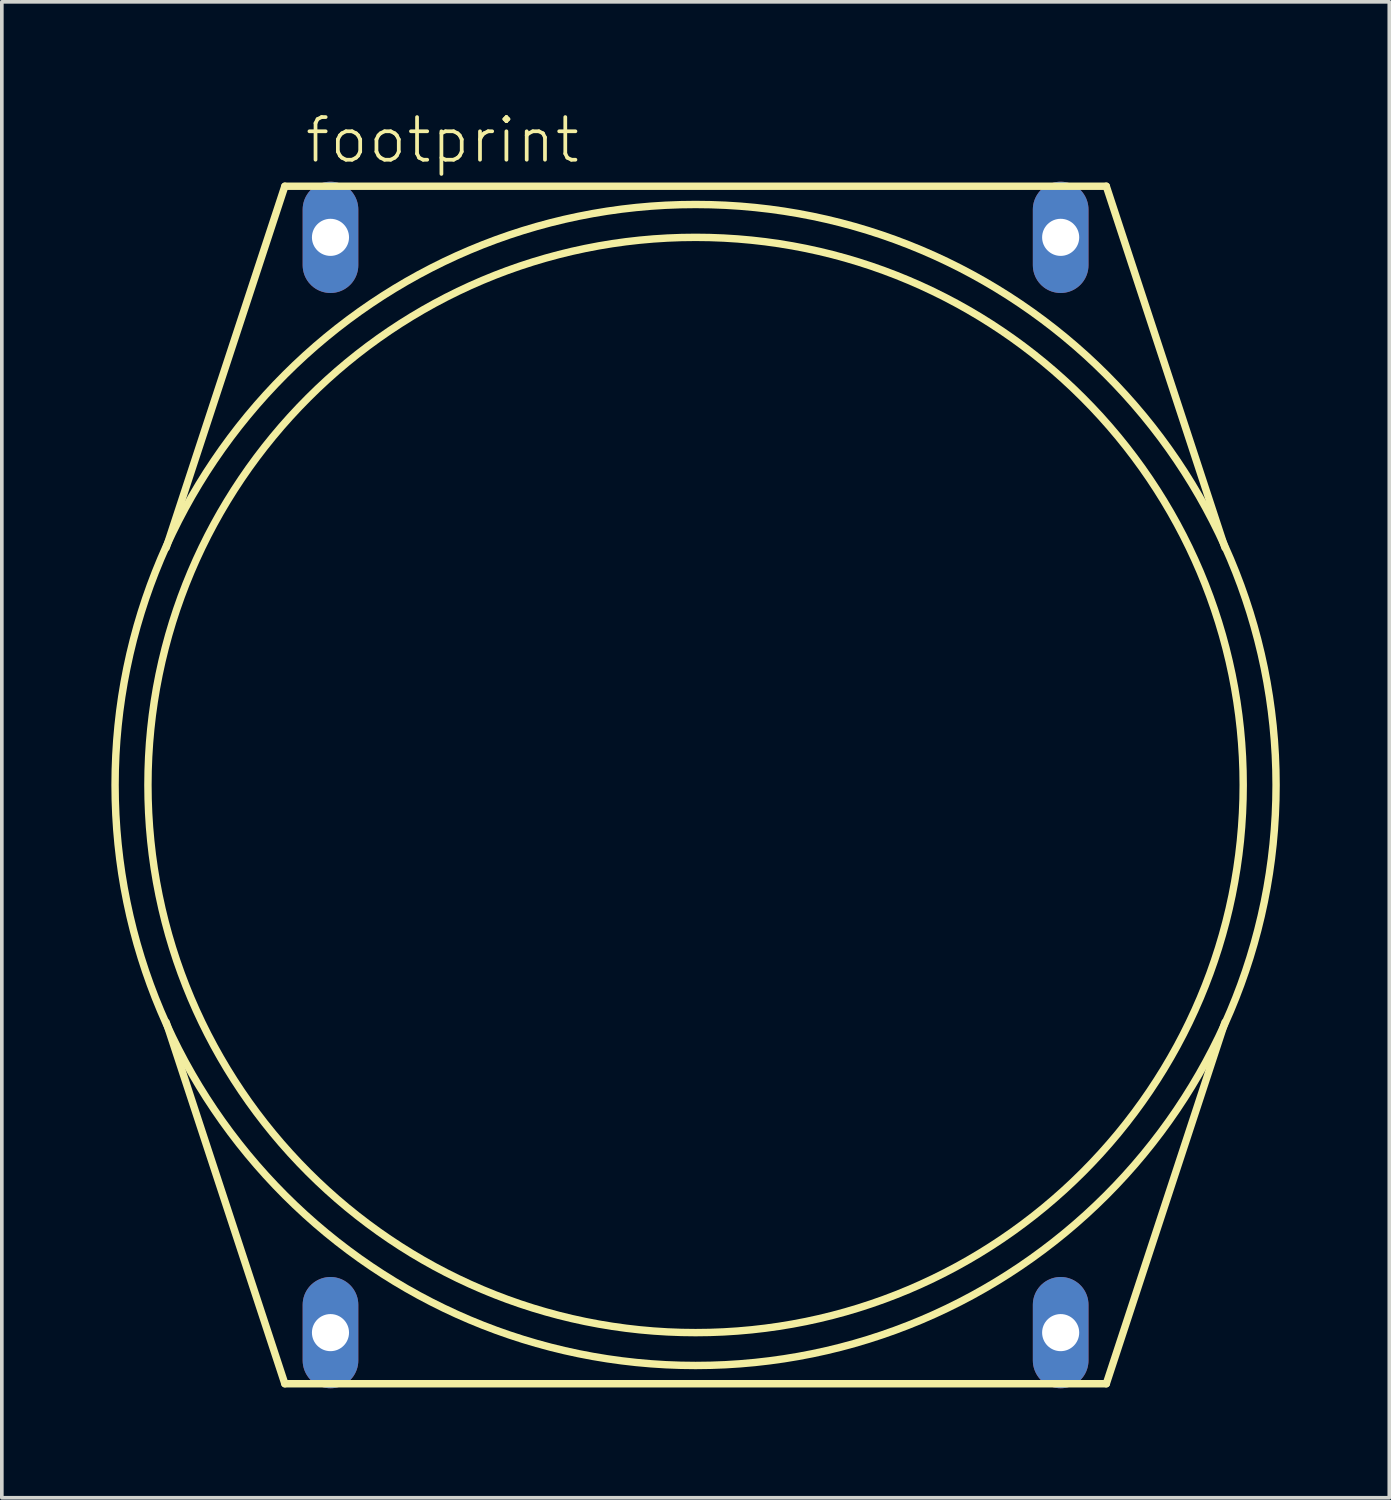
<source format=kicad_pcb>
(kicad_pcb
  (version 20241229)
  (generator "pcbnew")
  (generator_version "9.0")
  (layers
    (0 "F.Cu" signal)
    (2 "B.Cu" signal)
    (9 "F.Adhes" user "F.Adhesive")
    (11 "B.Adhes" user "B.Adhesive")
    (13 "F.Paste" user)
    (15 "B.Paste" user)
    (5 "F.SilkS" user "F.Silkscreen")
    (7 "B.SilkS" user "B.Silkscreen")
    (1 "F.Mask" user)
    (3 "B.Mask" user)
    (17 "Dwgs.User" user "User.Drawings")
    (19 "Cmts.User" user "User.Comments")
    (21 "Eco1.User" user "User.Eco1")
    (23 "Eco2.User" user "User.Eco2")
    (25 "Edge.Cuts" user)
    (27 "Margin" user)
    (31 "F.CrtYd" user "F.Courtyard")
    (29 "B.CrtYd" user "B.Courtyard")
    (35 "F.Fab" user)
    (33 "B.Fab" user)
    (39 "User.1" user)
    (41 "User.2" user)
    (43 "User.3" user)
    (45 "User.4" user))
  (footprint "footprint"
    (layer "F.Cu")
    (at 16.002 18.451)
    (property "Reference" "footprint" (at -10.755 -16.978 0) (layer "F.SilkS") (effects (font (size 1.168 1.168) (thickness 0.102)) (justify left bottom)))
    (fp_line (start -14.5 -6.5) (end -11.25 -16.4) (stroke (width 0.203) (type solid)) (layer "F.SilkS"))
    (fp_line (start -11.25 -16.4) (end 11.25 -16.4) (stroke (width 0.203) (type solid)) (layer "F.SilkS"))
    (fp_line (start -11.25 16.4) (end -14.5 6.5) (stroke (width 0.203) (type solid)) (layer "F.SilkS"))
    (fp_line (start 11.25 -16.4) (end 14.5 -6.5) (stroke (width 0.203) (type solid)) (layer "F.SilkS"))
    (fp_line (start 11.25 16.4) (end -11.25 16.4) (stroke (width 0.203) (type solid)) (layer "F.SilkS"))
    (fp_line (start 14.5 6.5) (end 11.25 16.4) (stroke (width 0.203) (type solid)) (layer "F.SilkS"))
    (fp_circle (center 0 0) (end 15 0) (stroke (width 0.203) (type solid)) (fill no) (layer "F.SilkS"))
    (fp_circle (center 0 0) (end 15.9 0) (stroke (width 0.203) (type solid)) (fill no) (layer "F.SilkS"))
    (pad "1" thru_hole oval (at -10 -15 90) (size 3.048 1.524) (drill 1.016) (layers "*.Cu" "*.Mask"))
    (pad "2" thru_hole oval (at -10 15 90) (size 3.048 1.524) (drill 1.016) (layers "*.Cu" "*.Mask"))
    (pad "3" thru_hole oval (at 10 15 90) (size 3.048 1.524) (drill 1.016) (layers "*.Cu" "*.Mask"))
    (pad "4" thru_hole oval (at 10 -15 90) (size 3.048 1.524) (drill 1.016) (layers "*.Cu" "*.Mask")))
  (gr_rect
    (start -3 -3)
    (end 35.003 37.975)
    (stroke (width 0.1) (type default))
    (fill no)
    (layer "Edge.Cuts")))
</source>
